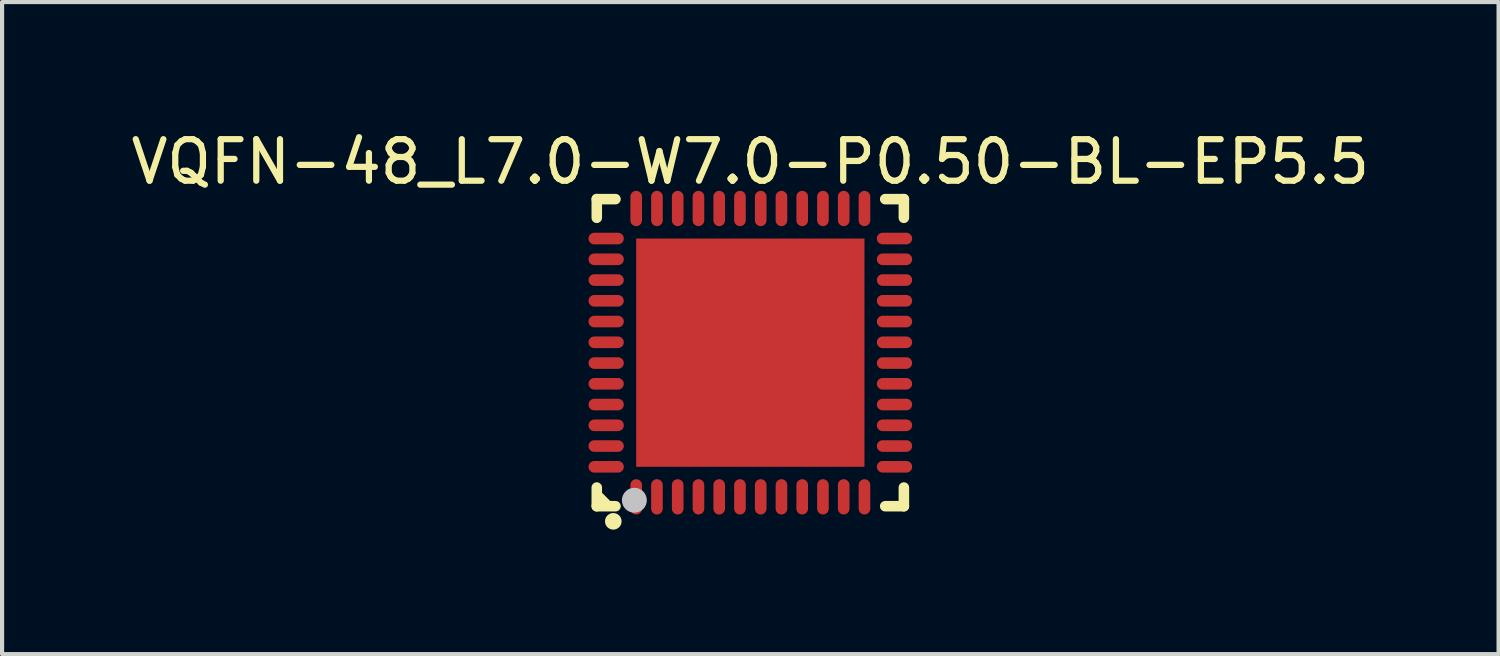
<source format=kicad_pcb>
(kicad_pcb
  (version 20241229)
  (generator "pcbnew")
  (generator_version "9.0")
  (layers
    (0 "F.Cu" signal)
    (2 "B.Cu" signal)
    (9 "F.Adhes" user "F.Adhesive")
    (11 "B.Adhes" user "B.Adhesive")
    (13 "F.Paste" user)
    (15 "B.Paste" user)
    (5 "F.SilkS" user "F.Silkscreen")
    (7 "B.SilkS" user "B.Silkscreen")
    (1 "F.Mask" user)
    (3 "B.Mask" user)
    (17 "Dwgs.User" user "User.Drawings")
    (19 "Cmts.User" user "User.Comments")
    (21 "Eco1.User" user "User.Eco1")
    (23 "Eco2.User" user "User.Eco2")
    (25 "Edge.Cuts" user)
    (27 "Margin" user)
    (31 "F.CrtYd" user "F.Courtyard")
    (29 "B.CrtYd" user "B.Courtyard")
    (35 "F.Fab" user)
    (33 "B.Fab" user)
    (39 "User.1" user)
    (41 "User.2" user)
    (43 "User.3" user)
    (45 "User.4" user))
  (footprint "VQFN-48_L7.0-W7.0-P0.50-BL-EP5.5"
    (layer "F.Cu")
    (at 15.03 5.448)
    (property "Reference" "VQFN-48_L7.0-W7.0-P0.50-BL-EP5.5" (at 0 -4.599 0) (layer "F.SilkS") (effects (font (size 1 1) (thickness 0.15))))
    (fp_line (start -3.7 -3.7) (end -3.25 -3.7) (stroke (width 0.254) (type default)) (layer "F.SilkS"))
    (fp_line (start -3.7 -3.25) (end -3.7 -3.7) (stroke (width 0.254) (type default)) (layer "F.SilkS"))
    (fp_line (start -3.7 3.7) (end -3.7 3.25) (stroke (width 0.254) (type default)) (layer "F.SilkS"))
    (fp_line (start -3.25 3.7) (end -3.7 3.7) (stroke (width 0.254) (type default)) (layer "F.SilkS"))
    (fp_line (start 3.25 3.7) (end 3.7 3.7) (stroke (width 0.254) (type default)) (layer "F.SilkS"))
    (fp_line (start 3.7 -3.7) (end 3.25 -3.7) (stroke (width 0.254) (type default)) (layer "F.SilkS"))
    (fp_line (start 3.7 -3.25) (end 3.7 -3.7) (stroke (width 0.254) (type default)) (layer "F.SilkS"))
    (fp_line (start 3.7 3.7) (end 3.7 3.25) (stroke (width 0.254) (type default)) (layer "F.SilkS"))
    (fp_circle (center -3.302 4.064) (end -3.202 4.064) (stroke (width 0.2) (type default)) (fill no) (layer "F.SilkS"))
    (fp_poly (pts (xy -3.7 3.25) (xy -3.25 3.7) (xy -3.7 3.7)) (stroke (width 0) (type default)) (fill yes) (layer "F.SilkS"))
    (fp_poly (pts (xy -2.2 -2.2) (xy 2.2 -2.2) (xy 2.2 2.2) (xy -2.2 2.2)) (stroke (width 0) (type default)) (fill yes) (layer "F.Paste"))
    (fp_poly (pts (arc (start -3.7595 -2.61) (mid -3.8995 -2.75) (end -3.7595 -2.89)) (arc (start -3.1895 -2.89) (mid -3.0495 -2.75) (end -3.1895 -2.61))) (stroke (width 0) (type default)) (fill yes) (layer "F.Paste"))
    (fp_poly (pts (arc (start -3.7595 -2.11) (mid -3.8995 -2.25) (end -3.7595 -2.39)) (arc (start -3.1895 -2.39) (mid -3.0495 -2.25) (end -3.1895 -2.11))) (stroke (width 0) (type default)) (fill yes) (layer "F.Paste"))
    (fp_poly (pts (arc (start -3.7595 -1.61) (mid -3.8995 -1.75) (end -3.7595 -1.89)) (arc (start -3.1895 -1.89) (mid -3.0495 -1.75) (end -3.1895 -1.61))) (stroke (width 0) (type default)) (fill yes) (layer "F.Paste"))
    (fp_poly (pts (arc (start -3.7595 -1.11) (mid -3.8995 -1.25) (end -3.7595 -1.39)) (arc (start -3.1895 -1.39) (mid -3.0495 -1.25) (end -3.1895 -1.11))) (stroke (width 0) (type default)) (fill yes) (layer "F.Paste"))
    (fp_poly (pts (arc (start -3.7595 -0.61) (mid -3.8995 -0.75) (end -3.7595 -0.89)) (arc (start -3.1895 -0.89) (mid -3.0495 -0.75) (end -3.1895 -0.61))) (stroke (width 0) (type default)) (fill yes) (layer "F.Paste"))
    (fp_poly (pts (arc (start -3.7595 -0.11) (mid -3.8995 -0.25) (end -3.7595 -0.39)) (arc (start -3.1895 -0.39) (mid -3.0495 -0.25) (end -3.1895 -0.11))) (stroke (width 0) (type default)) (fill yes) (layer "F.Paste"))
    (fp_poly (pts (arc (start -3.7595 0.39) (mid -3.8995 0.25) (end -3.7595 0.11)) (arc (start -3.1895 0.11) (mid -3.0495 0.25) (end -3.1895 0.39))) (stroke (width 0) (type default)) (fill yes) (layer "F.Paste"))
    (fp_poly (pts (arc (start -3.7595 0.89) (mid -3.8995 0.75) (end -3.7595 0.61)) (arc (start -3.1895 0.61) (mid -3.0495 0.75) (end -3.1895 0.89))) (stroke (width 0) (type default)) (fill yes) (layer "F.Paste"))
    (fp_poly (pts (arc (start -3.7595 1.39) (mid -3.8995 1.25) (end -3.7595 1.11)) (arc (start -3.1895 1.11) (mid -3.0495 1.25) (end -3.1895 1.39))) (stroke (width 0) (type default)) (fill yes) (layer "F.Paste"))
    (fp_poly (pts (arc (start -3.7595 1.89) (mid -3.8995 1.75) (end -3.7595 1.61)) (arc (start -3.1895 1.61) (mid -3.0495 1.75) (end -3.1895 1.89))) (stroke (width 0) (type default)) (fill yes) (layer "F.Paste"))
    (fp_poly (pts (arc (start -3.7595 2.39) (mid -3.8995 2.25) (end -3.7595 2.11)) (arc (start -3.1895 2.11) (mid -3.0495 2.25) (end -3.1895 2.39))) (stroke (width 0) (type default)) (fill yes) (layer "F.Paste"))
    (fp_poly (pts (arc (start -3.7595 2.89) (mid -3.8995 2.75) (end -3.7595 2.61)) (arc (start -3.1895 2.61) (mid -3.0495 2.75) (end -3.1895 2.89))) (stroke (width 0) (type default)) (fill yes) (layer "F.Paste"))
    (fp_poly (pts (arc (start -2.89 -3.7595) (mid -2.75 -3.8995) (end -2.61 -3.7595)) (arc (start -2.61 -3.1895) (mid -2.75 -3.0495) (end -2.89 -3.1895))) (stroke (width 0) (type default)) (fill yes) (layer "F.Paste"))
    (fp_poly (pts (arc (start -2.89 3.1895) (mid -2.75 3.0495) (end -2.61 3.1895)) (arc (start -2.61 3.7595) (mid -2.75 3.8995) (end -2.89 3.7595))) (stroke (width 0) (type default)) (fill yes) (layer "F.Paste"))
    (fp_poly (pts (arc (start -2.39 -3.7595) (mid -2.25 -3.8995) (end -2.11 -3.7595)) (arc (start -2.11 -3.1895) (mid -2.25 -3.0495) (end -2.39 -3.1895))) (stroke (width 0) (type default)) (fill yes) (layer "F.Paste"))
    (fp_poly (pts (arc (start -2.39 3.1895) (mid -2.25 3.0495) (end -2.11 3.1895)) (arc (start -2.11 3.7595) (mid -2.25 3.8995) (end -2.39 3.7595))) (stroke (width 0) (type default)) (fill yes) (layer "F.Paste"))
    (fp_poly (pts (arc (start -1.89 -3.7595) (mid -1.75 -3.8995) (end -1.61 -3.7595)) (arc (start -1.61 -3.1895) (mid -1.75 -3.0495) (end -1.89 -3.1895))) (stroke (width 0) (type default)) (fill yes) (layer "F.Paste"))
    (fp_poly (pts (arc (start -1.89 3.1895) (mid -1.75 3.0495) (end -1.61 3.1895)) (arc (start -1.61 3.7595) (mid -1.75 3.8995) (end -1.89 3.7595))) (stroke (width 0) (type default)) (fill yes) (layer "F.Paste"))
    (fp_poly (pts (arc (start -1.39 -3.7595) (mid -1.25 -3.8995) (end -1.11 -3.7595)) (arc (start -1.11 -3.1895) (mid -1.25 -3.0495) (end -1.39 -3.1895))) (stroke (width 0) (type default)) (fill yes) (layer "F.Paste"))
    (fp_poly (pts (arc (start -1.39 3.1895) (mid -1.25 3.0495) (end -1.11 3.1895)) (arc (start -1.11 3.7595) (mid -1.25 3.8995) (end -1.39 3.7595))) (stroke (width 0) (type default)) (fill yes) (layer "F.Paste"))
    (fp_poly (pts (arc (start -0.89 -3.7595) (mid -0.75 -3.8995) (end -0.61 -3.7595)) (arc (start -0.61 -3.1895) (mid -0.75 -3.0495) (end -0.89 -3.1895))) (stroke (width 0) (type default)) (fill yes) (layer "F.Paste"))
    (fp_poly (pts (arc (start -0.89 3.1895) (mid -0.75 3.0495) (end -0.61 3.1895)) (arc (start -0.61 3.7595) (mid -0.75 3.8995) (end -0.89 3.7595))) (stroke (width 0) (type default)) (fill yes) (layer "F.Paste"))
    (fp_poly (pts (arc (start -0.39 -3.7595) (mid -0.25 -3.8995) (end -0.11 -3.7595)) (arc (start -0.11 -3.1895) (mid -0.25 -3.0495) (end -0.39 -3.1895))) (stroke (width 0) (type default)) (fill yes) (layer "F.Paste"))
    (fp_poly (pts (arc (start -0.39 3.1895) (mid -0.25 3.0495) (end -0.11 3.1895)) (arc (start -0.11 3.7595) (mid -0.25 3.8995) (end -0.39 3.7595))) (stroke (width 0) (type default)) (fill yes) (layer "F.Paste"))
    (fp_poly (pts (arc (start 0.11 -3.7595) (mid 0.25 -3.8995) (end 0.39 -3.7595)) (arc (start 0.39 -3.1895) (mid 0.25 -3.0495) (end 0.11 -3.1895))) (stroke (width 0) (type default)) (fill yes) (layer "F.Paste"))
    (fp_poly (pts (arc (start 0.11 3.1895) (mid 0.25 3.0495) (end 0.39 3.1895)) (arc (start 0.39 3.7595) (mid 0.25 3.8995) (end 0.11 3.7595))) (stroke (width 0) (type default)) (fill yes) (layer "F.Paste"))
    (fp_poly (pts (arc (start 0.61 -3.7595) (mid 0.75 -3.8995) (end 0.89 -3.7595)) (arc (start 0.89 -3.1895) (mid 0.75 -3.0495) (end 0.61 -3.1895))) (stroke (width 0) (type default)) (fill yes) (layer "F.Paste"))
    (fp_poly (pts (arc (start 0.61 3.1895) (mid 0.75 3.0495) (end 0.89 3.1895)) (arc (start 0.89 3.7595) (mid 0.75 3.8995) (end 0.61 3.7595))) (stroke (width 0) (type default)) (fill yes) (layer "F.Paste"))
    (fp_poly (pts (arc (start 1.11 -3.7595) (mid 1.25 -3.8995) (end 1.39 -3.7595)) (arc (start 1.39 -3.1895) (mid 1.25 -3.0495) (end 1.11 -3.1895))) (stroke (width 0) (type default)) (fill yes) (layer "F.Paste"))
    (fp_poly (pts (arc (start 1.11 3.1895) (mid 1.25 3.0495) (end 1.39 3.1895)) (arc (start 1.39 3.7595) (mid 1.25 3.8995) (end 1.11 3.7595))) (stroke (width 0) (type default)) (fill yes) (layer "F.Paste"))
    (fp_poly (pts (arc (start 1.61 -3.7595) (mid 1.75 -3.8995) (end 1.89 -3.7595)) (arc (start 1.89 -3.1895) (mid 1.75 -3.0495) (end 1.61 -3.1895))) (stroke (width 0) (type default)) (fill yes) (layer "F.Paste"))
    (fp_poly (pts (arc (start 1.61 3.1895) (mid 1.75 3.0495) (end 1.89 3.1895)) (arc (start 1.89 3.7595) (mid 1.75 3.8995) (end 1.61 3.7595))) (stroke (width 0) (type default)) (fill yes) (layer "F.Paste"))
    (fp_poly (pts (arc (start 2.11 -3.7595) (mid 2.25 -3.8995) (end 2.39 -3.7595)) (arc (start 2.39 -3.1895) (mid 2.25 -3.0495) (end 2.11 -3.1895))) (stroke (width 0) (type default)) (fill yes) (layer "F.Paste"))
    (fp_poly (pts (arc (start 2.11 3.1895) (mid 2.25 3.0495) (end 2.39 3.1895)) (arc (start 2.39 3.7595) (mid 2.25 3.8995) (end 2.11 3.7595))) (stroke (width 0) (type default)) (fill yes) (layer "F.Paste"))
    (fp_poly (pts (arc (start 2.61 -3.7595) (mid 2.75 -3.8995) (end 2.89 -3.7595)) (arc (start 2.89 -3.1895) (mid 2.75 -3.0495) (end 2.61 -3.1895))) (stroke (width 0) (type default)) (fill yes) (layer "F.Paste"))
    (fp_poly (pts (arc (start 2.61 3.1895) (mid 2.75 3.0495) (end 2.89 3.1895)) (arc (start 2.89 3.7595) (mid 2.75 3.8995) (end 2.61 3.7595))) (stroke (width 0) (type default)) (fill yes) (layer "F.Paste"))
    (fp_poly (pts (arc (start 3.1895 -2.61) (mid 3.0495 -2.75) (end 3.1895 -2.89)) (arc (start 3.7595 -2.89) (mid 3.8995 -2.75) (end 3.7595 -2.61))) (stroke (width 0) (type default)) (fill yes) (layer "F.Paste"))
    (fp_poly (pts (arc (start 3.1895 -2.11) (mid 3.0495 -2.25) (end 3.1895 -2.39)) (arc (start 3.7595 -2.39) (mid 3.8995 -2.25) (end 3.7595 -2.11))) (stroke (width 0) (type default)) (fill yes) (layer "F.Paste"))
    (fp_poly (pts (arc (start 3.1895 -1.61) (mid 3.0495 -1.75) (end 3.1895 -1.89)) (arc (start 3.7595 -1.89) (mid 3.8995 -1.75) (end 3.7595 -1.61))) (stroke (width 0) (type default)) (fill yes) (layer "F.Paste"))
    (fp_poly (pts (arc (start 3.1895 -1.11) (mid 3.0495 -1.25) (end 3.1895 -1.39)) (arc (start 3.7595 -1.39) (mid 3.8995 -1.25) (end 3.7595 -1.11))) (stroke (width 0) (type default)) (fill yes) (layer "F.Paste"))
    (fp_poly (pts (arc (start 3.1895 -0.61) (mid 3.0495 -0.75) (end 3.1895 -0.89)) (arc (start 3.7595 -0.89) (mid 3.8995 -0.75) (end 3.7595 -0.61))) (stroke (width 0) (type default)) (fill yes) (layer "F.Paste"))
    (fp_poly (pts (arc (start 3.1895 -0.11) (mid 3.0495 -0.25) (end 3.1895 -0.39)) (arc (start 3.7595 -0.39) (mid 3.8995 -0.25) (end 3.7595 -0.11))) (stroke (width 0) (type default)) (fill yes) (layer "F.Paste"))
    (fp_poly (pts (arc (start 3.1895 0.39) (mid 3.0495 0.25) (end 3.1895 0.11)) (arc (start 3.7595 0.11) (mid 3.8995 0.25) (end 3.7595 0.39))) (stroke (width 0) (type default)) (fill yes) (layer "F.Paste"))
    (fp_poly (pts (arc (start 3.1895 0.89) (mid 3.0495 0.75) (end 3.1895 0.61)) (arc (start 3.7595 0.61) (mid 3.8995 0.75) (end 3.7595 0.89))) (stroke (width 0) (type default)) (fill yes) (layer "F.Paste"))
    (fp_poly (pts (arc (start 3.1895 1.39) (mid 3.0495 1.25) (end 3.1895 1.11)) (arc (start 3.7595 1.11) (mid 3.8995 1.25) (end 3.7595 1.39))) (stroke (width 0) (type default)) (fill yes) (layer "F.Paste"))
    (fp_poly (pts (arc (start 3.1895 1.89) (mid 3.0495 1.75) (end 3.1895 1.61)) (arc (start 3.7595 1.61) (mid 3.8995 1.75) (end 3.7595 1.89))) (stroke (width 0) (type default)) (fill yes) (layer "F.Paste"))
    (fp_poly (pts (arc (start 3.1895 2.39) (mid 3.0495 2.25) (end 3.1895 2.11)) (arc (start 3.7595 2.11) (mid 3.8995 2.25) (end 3.7595 2.39))) (stroke (width 0) (type default)) (fill yes) (layer "F.Paste"))
    (fp_poly (pts (arc (start 3.1895 2.89) (mid 3.0495 2.75) (end 3.1895 2.61)) (arc (start 3.7595 2.61) (mid 3.8995 2.75) (end 3.7595 2.89))) (stroke (width 0) (type default)) (fill yes) (layer "F.Paste"))
    (fp_circle (center -2.794 3.556) (end -2.644 3.556) (stroke (width 0.3) (type default)) (fill no) (layer "Dwgs.User"))
    (fp_poly (pts (xy -3.5 -2.875) (xy -3.1 -2.875) (xy -3.1 -2.625) (xy -3.5 -2.625)) (stroke (width 0.1) (type default)) (fill no) (layer "User.1"))
    (fp_poly (pts (xy -3.5 -2.375) (xy -3.1 -2.375) (xy -3.1 -2.125) (xy -3.5 -2.125)) (stroke (width 0.1) (type default)) (fill no) (layer "User.1"))
    (fp_poly (pts (xy -3.5 -1.875) (xy -3.1 -1.875) (xy -3.1 -1.625) (xy -3.5 -1.625)) (stroke (width 0.1) (type default)) (fill no) (layer "User.1"))
    (fp_poly (pts (xy -3.5 -1.375) (xy -3.1 -1.375) (xy -3.1 -1.125) (xy -3.5 -1.125)) (stroke (width 0.1) (type default)) (fill no) (layer "User.1"))
    (fp_poly (pts (xy -3.5 -0.875) (xy -3.1 -0.875) (xy -3.1 -0.625) (xy -3.5 -0.625)) (stroke (width 0.1) (type default)) (fill no) (layer "User.1"))
    (fp_poly (pts (xy -3.5 -0.375) (xy -3.1 -0.375) (xy -3.1 -0.125) (xy -3.5 -0.125)) (stroke (width 0.1) (type default)) (fill no) (layer "User.1"))
    (fp_poly (pts (xy -3.5 0.125) (xy -3.1 0.125) (xy -3.1 0.375) (xy -3.5 0.375)) (stroke (width 0.1) (type default)) (fill no) (layer "User.1"))
    (fp_poly (pts (xy -3.5 0.625) (xy -3.1 0.625) (xy -3.1 0.875) (xy -3.5 0.875)) (stroke (width 0.1) (type default)) (fill no) (layer "User.1"))
    (fp_poly (pts (xy -3.5 1.125) (xy -3.1 1.125) (xy -3.1 1.375) (xy -3.5 1.375)) (stroke (width 0.1) (type default)) (fill no) (layer "User.1"))
    (fp_poly (pts (xy -3.5 1.625) (xy -3.1 1.625) (xy -3.1 1.875) (xy -3.5 1.875)) (stroke (width 0.1) (type default)) (fill no) (layer "User.1"))
    (fp_poly (pts (xy -3.5 2.125) (xy -3.1 2.125) (xy -3.1 2.375) (xy -3.5 2.375)) (stroke (width 0.1) (type default)) (fill no) (layer "User.1"))
    (fp_poly (pts (xy -3.5 2.625) (xy -3.1 2.625) (xy -3.1 2.875) (xy -3.5 2.875)) (stroke (width 0.1) (type default)) (fill no) (layer "User.1"))
    (fp_poly (pts (xy -2.875 -3.5) (xy -2.625 -3.5) (xy -2.625 -3.1) (xy -2.875 -3.1)) (stroke (width 0.1) (type default)) (fill no) (layer "User.1"))
    (fp_poly (pts (xy -2.875 3.1) (xy -2.625 3.1) (xy -2.625 3.5) (xy -2.875 3.5)) (stroke (width 0.1) (type default)) (fill no) (layer "User.1"))
    (fp_poly (pts (xy -2.75 -2.75) (xy 2.75 -2.75) (xy 2.75 2.75) (xy -2.75 2.75)) (stroke (width 0.1) (type default)) (fill no) (layer "User.1"))
    (fp_poly (pts (xy -2.375 -3.5) (xy -2.125 -3.5) (xy -2.125 -3.1) (xy -2.375 -3.1)) (stroke (width 0.1) (type default)) (fill no) (layer "User.1"))
    (fp_poly (pts (xy -2.375 3.1) (xy -2.125 3.1) (xy -2.125 3.5) (xy -2.375 3.5)) (stroke (width 0.1) (type default)) (fill no) (layer "User.1"))
    (fp_poly (pts (xy -1.875 -3.5) (xy -1.625 -3.5) (xy -1.625 -3.1) (xy -1.875 -3.1)) (stroke (width 0.1) (type default)) (fill no) (layer "User.1"))
    (fp_poly (pts (xy -1.875 3.1) (xy -1.625 3.1) (xy -1.625 3.5) (xy -1.875 3.5)) (stroke (width 0.1) (type default)) (fill no) (layer "User.1"))
    (fp_poly (pts (xy -1.375 -3.5) (xy -1.125 -3.5) (xy -1.125 -3.1) (xy -1.375 -3.1)) (stroke (width 0.1) (type default)) (fill no) (layer "User.1"))
    (fp_poly (pts (xy -1.375 3.1) (xy -1.125 3.1) (xy -1.125 3.5) (xy -1.375 3.5)) (stroke (width 0.1) (type default)) (fill no) (layer "User.1"))
    (fp_poly (pts (xy -0.875 -3.5) (xy -0.625 -3.5) (xy -0.625 -3.1) (xy -0.875 -3.1)) (stroke (width 0.1) (type default)) (fill no) (layer "User.1"))
    (fp_poly (pts (xy -0.875 3.1) (xy -0.625 3.1) (xy -0.625 3.5) (xy -0.875 3.5)) (stroke (width 0.1) (type default)) (fill no) (layer "User.1"))
    (fp_poly (pts (xy -0.375 -3.5) (xy -0.125 -3.5) (xy -0.125 -3.1) (xy -0.375 -3.1)) (stroke (width 0.1) (type default)) (fill no) (layer "User.1"))
    (fp_poly (pts (xy -0.375 3.1) (xy -0.125 3.1) (xy -0.125 3.5) (xy -0.375 3.5)) (stroke (width 0.1) (type default)) (fill no) (layer "User.1"))
    (fp_poly (pts (xy 0.125 -3.5) (xy 0.375 -3.5) (xy 0.375 -3.1) (xy 0.125 -3.1)) (stroke (width 0.1) (type default)) (fill no) (layer "User.1"))
    (fp_poly (pts (xy 0.125 3.1) (xy 0.375 3.1) (xy 0.375 3.5) (xy 0.125 3.5)) (stroke (width 0.1) (type default)) (fill no) (layer "User.1"))
    (fp_poly (pts (xy 0.625 -3.5) (xy 0.875 -3.5) (xy 0.875 -3.1) (xy 0.625 -3.1)) (stroke (width 0.1) (type default)) (fill no) (layer "User.1"))
    (fp_poly (pts (xy 0.625 3.1) (xy 0.875 3.1) (xy 0.875 3.5) (xy 0.625 3.5)) (stroke (width 0.1) (type default)) (fill no) (layer "User.1"))
    (fp_poly (pts (xy 1.125 -3.5) (xy 1.375 -3.5) (xy 1.375 -3.1) (xy 1.125 -3.1)) (stroke (width 0.1) (type default)) (fill no) (layer "User.1"))
    (fp_poly (pts (xy 1.125 3.1) (xy 1.375 3.1) (xy 1.375 3.5) (xy 1.125 3.5)) (stroke (width 0.1) (type default)) (fill no) (layer "User.1"))
    (fp_poly (pts (xy 1.625 -3.5) (xy 1.875 -3.5) (xy 1.875 -3.1) (xy 1.625 -3.1)) (stroke (width 0.1) (type default)) (fill no) (layer "User.1"))
    (fp_poly (pts (xy 1.625 3.1) (xy 1.875 3.1) (xy 1.875 3.5) (xy 1.625 3.5)) (stroke (width 0.1) (type default)) (fill no) (layer "User.1"))
    (fp_poly (pts (xy 2.125 -3.5) (xy 2.375 -3.5) (xy 2.375 -3.1) (xy 2.125 -3.1)) (stroke (width 0.1) (type default)) (fill no) (layer "User.1"))
    (fp_poly (pts (xy 2.125 3.1) (xy 2.375 3.1) (xy 2.375 3.5) (xy 2.125 3.5)) (stroke (width 0.1) (type default)) (fill no) (layer "User.1"))
    (fp_poly (pts (xy 2.625 -3.5) (xy 2.875 -3.5) (xy 2.875 -3.1) (xy 2.625 -3.1)) (stroke (width 0.1) (type default)) (fill no) (layer "User.1"))
    (fp_poly (pts (xy 2.625 3.1) (xy 2.875 3.1) (xy 2.875 3.5) (xy 2.625 3.5)) (stroke (width 0.1) (type default)) (fill no) (layer "User.1"))
    (fp_poly (pts (xy 3.1 -2.875) (xy 3.5 -2.875) (xy 3.5 -2.625) (xy 3.1 -2.625)) (stroke (width 0.1) (type default)) (fill no) (layer "User.1"))
    (fp_poly (pts (xy 3.1 -2.375) (xy 3.5 -2.375) (xy 3.5 -2.125) (xy 3.1 -2.125)) (stroke (width 0.1) (type default)) (fill no) (layer "User.1"))
    (fp_poly (pts (xy 3.1 -1.875) (xy 3.5 -1.875) (xy 3.5 -1.625) (xy 3.1 -1.625)) (stroke (width 0.1) (type default)) (fill no) (layer "User.1"))
    (fp_poly (pts (xy 3.1 -1.375) (xy 3.5 -1.375) (xy 3.5 -1.125) (xy 3.1 -1.125)) (stroke (width 0.1) (type default)) (fill no) (layer "User.1"))
    (fp_poly (pts (xy 3.1 -0.875) (xy 3.5 -0.875) (xy 3.5 -0.625) (xy 3.1 -0.625)) (stroke (width 0.1) (type default)) (fill no) (layer "User.1"))
    (fp_poly (pts (xy 3.1 -0.375) (xy 3.5 -0.375) (xy 3.5 -0.125) (xy 3.1 -0.125)) (stroke (width 0.1) (type default)) (fill no) (layer "User.1"))
    (fp_poly (pts (xy 3.1 0.125) (xy 3.5 0.125) (xy 3.5 0.375) (xy 3.1 0.375)) (stroke (width 0.1) (type default)) (fill no) (layer "User.1"))
    (fp_poly (pts (xy 3.1 0.625) (xy 3.5 0.625) (xy 3.5 0.875) (xy 3.1 0.875)) (stroke (width 0.1) (type default)) (fill no) (layer "User.1"))
    (fp_poly (pts (xy 3.1 1.125) (xy 3.5 1.125) (xy 3.5 1.375) (xy 3.1 1.375)) (stroke (width 0.1) (type default)) (fill no) (layer "User.1"))
    (fp_poly (pts (xy 3.1 1.625) (xy 3.5 1.625) (xy 3.5 1.875) (xy 3.1 1.875)) (stroke (width 0.1) (type default)) (fill no) (layer "User.1"))
    (fp_poly (pts (xy 3.1 2.125) (xy 3.5 2.125) (xy 3.5 2.375) (xy 3.1 2.375)) (stroke (width 0.1) (type default)) (fill no) (layer "User.1"))
    (fp_poly (pts (xy 3.1 2.625) (xy 3.5 2.625) (xy 3.5 2.875) (xy 3.1 2.875)) (stroke (width 0.1) (type default)) (fill no) (layer "User.1"))
    (fp_line (start -3.5 -3.5) (end 3.5 -3.5) (stroke (width 0.051) (type default)) (layer "User.2"))
    (fp_line (start -3.5 3.5) (end -3.5 -3.5) (stroke (width 0.051) (type default)) (layer "User.2"))
    (fp_line (start 3.5 -3.5) (end 3.5 3.5) (stroke (width 0.051) (type default)) (layer "User.2"))
    (fp_line (start 3.5 3.5) (end -3.5 3.5) (stroke (width 0.051) (type default)) (layer "User.2"))
    (fp_poly (pts (xy -3.445 3.477) (xy -3.477 3.445) (xy -3.523 3.445) (xy -3.555 3.477) (xy -3.555 3.523) (xy -3.523 3.555) (xy -3.477 3.555) (xy -3.445 3.523)) (stroke (width 0.1) (type default)) (fill no) (layer "User.3"))
    (pad "1" smd oval (at -2.75 3.474) (size 0.28 0.85) (layers "F.Cu" "F.Mask" "F.Paste"))
    (pad "2" smd oval (at -2.25 3.474) (size 0.28 0.85) (layers "F.Cu" "F.Mask" "F.Paste"))
    (pad "3" smd oval (at -1.75 3.474) (size 0.28 0.85) (layers "F.Cu" "F.Mask" "F.Paste"))
    (pad "4" smd oval (at -1.25 3.474) (size 0.28 0.85) (layers "F.Cu" "F.Mask" "F.Paste"))
    (pad "5" smd oval (at -0.75 3.474) (size 0.28 0.85) (layers "F.Cu" "F.Mask" "F.Paste"))
    (pad "6" smd oval (at -0.25 3.474) (size 0.28 0.85) (layers "F.Cu" "F.Mask" "F.Paste"))
    (pad "7" smd oval (at 0.25 3.474) (size 0.28 0.85) (layers "F.Cu" "F.Mask" "F.Paste"))
    (pad "8" smd oval (at 0.75 3.474) (size 0.28 0.85) (layers "F.Cu" "F.Mask" "F.Paste"))
    (pad "9" smd oval (at 1.25 3.474) (size 0.28 0.85) (layers "F.Cu" "F.Mask" "F.Paste"))
    (pad "10" smd oval (at 1.75 3.474) (size 0.28 0.85) (layers "F.Cu" "F.Mask" "F.Paste"))
    (pad "11" smd oval (at 2.25 3.474) (size 0.28 0.85) (layers "F.Cu" "F.Mask" "F.Paste"))
    (pad "12" smd oval (at 2.75 3.474) (size 0.28 0.85) (layers "F.Cu" "F.Mask" "F.Paste"))
    (pad "13" smd oval (at 3.474 2.75) (size 0.85 0.28) (layers "F.Cu" "F.Mask" "F.Paste"))
    (pad "14" smd oval (at 3.474 2.25) (size 0.85 0.28) (layers "F.Cu" "F.Mask" "F.Paste"))
    (pad "15" smd oval (at 3.474 1.75) (size 0.85 0.28) (layers "F.Cu" "F.Mask" "F.Paste"))
    (pad "16" smd oval (at 3.474 1.25) (size 0.85 0.28) (layers "F.Cu" "F.Mask" "F.Paste"))
    (pad "17" smd oval (at 3.474 0.75) (size 0.85 0.28) (layers "F.Cu" "F.Mask" "F.Paste"))
    (pad "18" smd oval (at 3.474 0.25) (size 0.85 0.28) (layers "F.Cu" "F.Mask" "F.Paste"))
    (pad "19" smd oval (at 3.474 -0.25) (size 0.85 0.28) (layers "F.Cu" "F.Mask" "F.Paste"))
    (pad "20" smd oval (at 3.474 -0.75) (size 0.85 0.28) (layers "F.Cu" "F.Mask" "F.Paste"))
    (pad "21" smd oval (at 3.474 -1.25) (size 0.85 0.28) (layers "F.Cu" "F.Mask" "F.Paste"))
    (pad "22" smd oval (at 3.474 -1.75) (size 0.85 0.28) (layers "F.Cu" "F.Mask" "F.Paste"))
    (pad "23" smd oval (at 3.474 -2.25) (size 0.85 0.28) (layers "F.Cu" "F.Mask" "F.Paste"))
    (pad "24" smd oval (at 3.474 -2.75) (size 0.85 0.28) (layers "F.Cu" "F.Mask" "F.Paste"))
    (pad "25" smd oval (at 2.75 -3.474) (size 0.28 0.85) (layers "F.Cu" "F.Mask" "F.Paste"))
    (pad "26" smd oval (at 2.25 -3.474) (size 0.28 0.85) (layers "F.Cu" "F.Mask" "F.Paste"))
    (pad "27" smd oval (at 1.75 -3.474) (size 0.28 0.85) (layers "F.Cu" "F.Mask" "F.Paste"))
    (pad "28" smd oval (at 1.25 -3.474) (size 0.28 0.85) (layers "F.Cu" "F.Mask" "F.Paste"))
    (pad "29" smd oval (at 0.75 -3.474) (size 0.28 0.85) (layers "F.Cu" "F.Mask" "F.Paste"))
    (pad "30" smd oval (at 0.25 -3.474) (size 0.28 0.85) (layers "F.Cu" "F.Mask" "F.Paste"))
    (pad "31" smd oval (at -0.25 -3.474) (size 0.28 0.85) (layers "F.Cu" "F.Mask" "F.Paste"))
    (pad "32" smd oval (at -0.75 -3.474) (size 0.28 0.85) (layers "F.Cu" "F.Mask" "F.Paste"))
    (pad "33" smd oval (at -1.25 -3.474) (size 0.28 0.85) (layers "F.Cu" "F.Mask" "F.Paste"))
    (pad "34" smd oval (at -1.75 -3.474) (size 0.28 0.85) (layers "F.Cu" "F.Mask" "F.Paste"))
    (pad "35" smd oval (at -2.25 -3.474) (size 0.28 0.85) (layers "F.Cu" "F.Mask" "F.Paste"))
    (pad "36" smd oval (at -2.75 -3.474) (size 0.28 0.85) (layers "F.Cu" "F.Mask" "F.Paste"))
    (pad "37" smd oval (at -3.474 -2.75) (size 0.85 0.28) (layers "F.Cu" "F.Mask" "F.Paste"))
    (pad "38" smd oval (at -3.474 -2.25) (size 0.85 0.28) (layers "F.Cu" "F.Mask" "F.Paste"))
    (pad "39" smd oval (at -3.474 -1.75) (size 0.85 0.28) (layers "F.Cu" "F.Mask" "F.Paste"))
    (pad "40" smd oval (at -3.474 -1.25) (size 0.85 0.28) (layers "F.Cu" "F.Mask" "F.Paste"))
    (pad "41" smd oval (at -3.474 -0.75) (size 0.85 0.28) (layers "F.Cu" "F.Mask" "F.Paste"))
    (pad "42" smd oval (at -3.474 -0.25) (size 0.85 0.28) (layers "F.Cu" "F.Mask" "F.Paste"))
    (pad "43" smd oval (at -3.474 0.25) (size 0.85 0.28) (layers "F.Cu" "F.Mask" "F.Paste"))
    (pad "44" smd oval (at -3.474 0.75) (size 0.85 0.28) (layers "F.Cu" "F.Mask" "F.Paste"))
    (pad "45" smd oval (at -3.474 1.25) (size 0.85 0.28) (layers "F.Cu" "F.Mask" "F.Paste"))
    (pad "46" smd oval (at -3.474 1.75) (size 0.85 0.28) (layers "F.Cu" "F.Mask" "F.Paste"))
    (pad "47" smd oval (at -3.474 2.25) (size 0.85 0.28) (layers "F.Cu" "F.Mask" "F.Paste"))
    (pad "48" smd oval (at -3.474 2.75) (size 0.85 0.28) (layers "F.Cu" "F.Mask" "F.Paste"))
    (pad "49" smd rect (at 0 0) (size 5.5 5.5) (layers "F.Cu" "F.Mask" "F.Paste")))
  (gr_rect
    (start -3 -3)
    (end 33.06 12.712)
    (stroke (width 0.1) (type default))
    (fill no)
    (layer "Edge.Cuts")))
</source>
